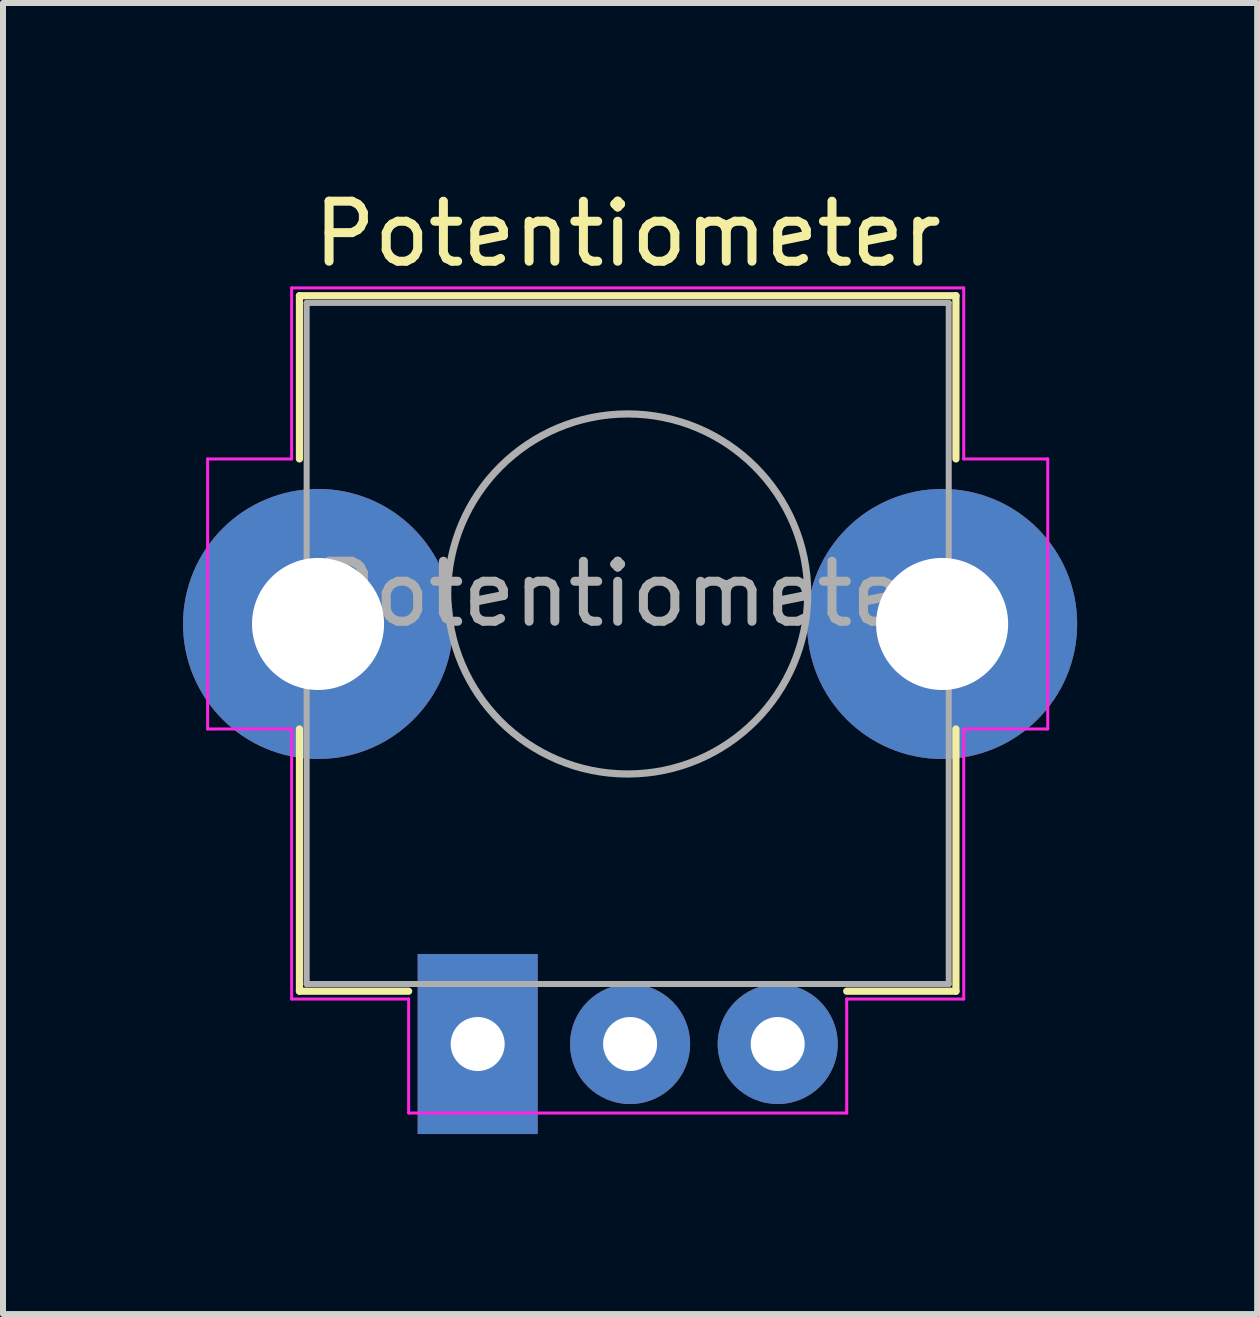
<source format=kicad_pcb>
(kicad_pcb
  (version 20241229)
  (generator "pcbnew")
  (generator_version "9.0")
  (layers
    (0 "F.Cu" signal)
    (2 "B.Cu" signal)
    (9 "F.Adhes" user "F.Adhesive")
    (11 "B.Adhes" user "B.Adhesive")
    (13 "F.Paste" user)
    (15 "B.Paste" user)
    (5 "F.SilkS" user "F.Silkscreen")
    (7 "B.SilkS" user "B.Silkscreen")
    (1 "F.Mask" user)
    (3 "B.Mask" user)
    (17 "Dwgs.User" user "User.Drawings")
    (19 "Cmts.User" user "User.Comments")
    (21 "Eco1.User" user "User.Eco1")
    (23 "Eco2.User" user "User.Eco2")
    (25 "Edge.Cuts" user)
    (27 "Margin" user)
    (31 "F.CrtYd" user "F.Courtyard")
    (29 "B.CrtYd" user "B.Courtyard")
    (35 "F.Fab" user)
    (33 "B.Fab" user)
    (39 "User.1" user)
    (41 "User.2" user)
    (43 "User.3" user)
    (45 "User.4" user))
  (footprint "Potentiometer"
    (layer "F.Cu")
    (at 4.91 14.348)
    (property "Reference" "Potentiometer" (at 2.5 -13.5 0) (layer "F.SilkS") (effects (font (size 1 1) (thickness 0.15))))
    (attr through_hole)
    (fp_line (start -2.97 -12.47) (end -2.97 -9.75) (stroke (width 0.12) (type solid)) (layer "F.SilkS"))
    (fp_line (start -2.97 -5.25) (end -2.97 -0.88) (stroke (width 0.12) (type solid)) (layer "F.SilkS"))
    (fp_line (start -1.15 -0.88) (end -2.97 -0.88) (stroke (width 0.12) (type solid)) (layer "F.SilkS"))
    (fp_line (start 7.97 -12.47) (end -2.97 -12.47) (stroke (width 0.12) (type solid)) (layer "F.SilkS"))
    (fp_line (start 7.97 -12.47) (end 7.97 -9.75) (stroke (width 0.12) (type solid)) (layer "F.SilkS"))
    (fp_line (start 7.97 -5.25) (end 7.97 -0.88) (stroke (width 0.12) (type solid)) (layer "F.SilkS"))
    (fp_line (start 7.97 -0.88) (end 6.15 -0.88) (stroke (width 0.12) (type solid)) (layer "F.SilkS"))
    (fp_line (start -4.5 -5.25) (end -4.5 -9.75) (stroke (width 0.05) (type solid)) (layer "F.CrtYd"))
    (fp_line (start -3.1 -12.6) (end 8.1 -12.6) (stroke (width 0.05) (type solid)) (layer "F.CrtYd"))
    (fp_line (start -3.1 -9.75) (end -4.5 -9.75) (stroke (width 0.05) (type solid)) (layer "F.CrtYd"))
    (fp_line (start -3.1 -9.75) (end -3.1 -12.6) (stroke (width 0.05) (type solid)) (layer "F.CrtYd"))
    (fp_line (start -3.1 -5.25) (end -4.5 -5.25) (stroke (width 0.05) (type solid)) (layer "F.CrtYd"))
    (fp_line (start -3.1 -0.75) (end -3.1 -5.25) (stroke (width 0.05) (type solid)) (layer "F.CrtYd"))
    (fp_line (start -1.15 -0.75) (end -3.1 -0.75) (stroke (width 0.05) (type solid)) (layer "F.CrtYd"))
    (fp_line (start -1.15 1.15) (end -1.15 -0.75) (stroke (width 0.05) (type solid)) (layer "F.CrtYd"))
    (fp_line (start 6.15 1.15) (end -1.15 1.15) (stroke (width 0.05) (type solid)) (layer "F.CrtYd"))
    (fp_line (start 6.15 1.15) (end 6.15 -0.75) (stroke (width 0.05) (type solid)) (layer "F.CrtYd"))
    (fp_line (start 8.1 -9.75) (end 8.1 -12.6) (stroke (width 0.05) (type solid)) (layer "F.CrtYd"))
    (fp_line (start 8.1 -0.75) (end 6.15 -0.75) (stroke (width 0.05) (type solid)) (layer "F.CrtYd"))
    (fp_line (start 8.1 -0.75) (end 8.1 -5.25) (stroke (width 0.05) (type solid)) (layer "F.CrtYd"))
    (fp_line (start 9.5 -9.75) (end 8.1 -9.75) (stroke (width 0.05) (type solid)) (layer "F.CrtYd"))
    (fp_line (start 9.5 -5.25) (end 8.1 -5.25) (stroke (width 0.05) (type solid)) (layer "F.CrtYd"))
    (fp_line (start 9.5 -5.25) (end 9.5 -9.75) (stroke (width 0.05) (type solid)) (layer "F.CrtYd"))
    (fp_line (start -2.85 -12.35) (end 7.85 -12.35) (stroke (width 0.1) (type solid)) (layer "F.Fab"))
    (fp_line (start -2.85 -1) (end -2.85 -12.35) (stroke (width 0.1) (type solid)) (layer "F.Fab"))
    (fp_line (start 7.85 -12.35) (end 7.85 -1) (stroke (width 0.1) (type solid)) (layer "F.Fab"))
    (fp_line (start 7.85 -1) (end -2.85 -1) (stroke (width 0.1) (type solid)) (layer "F.Fab"))
    (fp_circle (center 2.5 -7.5) (end 5.5 -7.5) (stroke (width 0.12) (type solid)) (fill no) (layer "F.Fab"))
    (fp_text user "${REFERENCE}" (at 2.5 -7.5 0) (layer "F.Fab") (effects (font (size 1 1) (thickness 0.15))))
    (pad "" thru_hole oval (at -2.66 -7) (size 4.5 4.5) (drill 2.2) (layers "*.Cu" "*.Mask"))
    (pad "" thru_hole oval (at 7.74 -7) (size 4.5 4.5) (drill 2.2) (layers "*.Cu" "*.Mask"))
    (pad "1" thru_hole rect (at 0 0) (size 2 3) (drill 0.9) (layers "*.Cu" "*.Mask"))
    (pad "2" thru_hole circle (at 2.54 0) (size 2 2) (drill 0.9) (layers "*.Cu" "*.Mask"))
    (pad "3" thru_hole circle (at 5 0) (size 2 2) (drill 0.9) (layers "*.Cu" "*.Mask")))
  (gr_rect
    (start -3 -3)
    (end 17.9 18.848)
    (stroke (width 0.1) (type default))
    (fill no)
    (layer "Edge.Cuts")))
</source>
